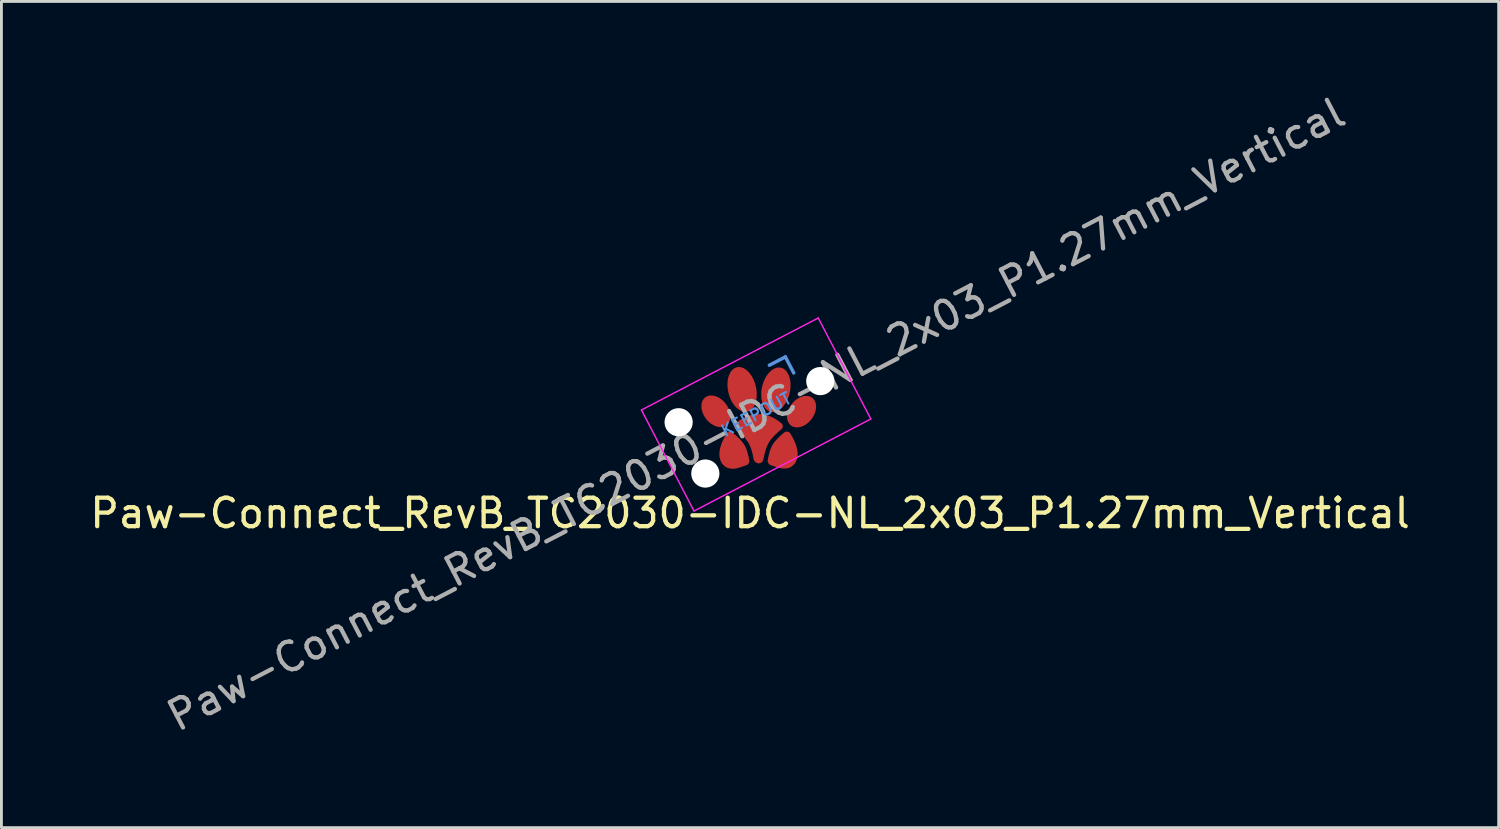
<source format=kicad_pcb>
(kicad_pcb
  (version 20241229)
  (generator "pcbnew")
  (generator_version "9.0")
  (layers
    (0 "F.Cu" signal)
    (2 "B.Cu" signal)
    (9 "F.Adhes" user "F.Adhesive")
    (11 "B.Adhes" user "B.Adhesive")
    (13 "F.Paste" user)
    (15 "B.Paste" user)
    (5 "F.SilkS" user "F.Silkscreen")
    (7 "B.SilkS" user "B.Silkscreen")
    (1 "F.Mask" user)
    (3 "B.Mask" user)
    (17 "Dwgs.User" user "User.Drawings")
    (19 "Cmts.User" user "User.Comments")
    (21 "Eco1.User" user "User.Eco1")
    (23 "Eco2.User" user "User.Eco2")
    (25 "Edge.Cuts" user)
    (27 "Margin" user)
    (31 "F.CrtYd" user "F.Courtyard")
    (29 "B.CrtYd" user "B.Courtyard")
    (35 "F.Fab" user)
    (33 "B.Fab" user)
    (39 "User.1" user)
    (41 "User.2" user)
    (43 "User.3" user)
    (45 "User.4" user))
  (footprint "Paw-Connect_RevB_TC2030-IDC-NL_2x03_P1.27mm_Vertical"
    (layer "F.Cu")
    (at 23.272 11.964)
    (property "Reference" "Paw-Connect_RevB_TC2030-IDC-NL_2x03_P1.27mm_Vertical" (at 0.02 3.01 0) (layer "F.SilkS") (effects (font (size 1 1) (thickness 0.15))))
    (attr exclude_from_pos_files exclude_from_bom)
    (fp_poly (pts (xy -0.356 -2.123) (xy -0.331 -2.121) (xy -0.306 -2.117) (xy -0.281 -2.111) (xy -0.256 -2.103) (xy -0.231 -2.094) (xy -0.206 -2.082) (xy -0.181 -2.069) (xy -0.157 -2.055) (xy -0.133 -2.038) (xy -0.109 -2.02) (xy -0.085 -2.001) (xy -0.062 -1.98) (xy -0.04 -1.958) (xy -0.018 -1.934) (xy 0.004 -1.908) (xy 0.025 -1.882) (xy 0.045 -1.854) (xy 0.065 -1.825) (xy 0.084 -1.794) (xy 0.102 -1.763) (xy 0.12 -1.73) (xy 0.136 -1.696) (xy 0.152 -1.661) (xy 0.167 -1.625) (xy 0.181 -1.588) (xy 0.194 -1.55) (xy 0.205 -1.511) (xy 0.216 -1.472) (xy 0.234 -1.392) (xy 0.246 -1.313) (xy 0.253 -1.236) (xy 0.255 -1.16) (xy 0.253 -1.087) (xy 0.245 -1.016) (xy 0.233 -0.949) (xy 0.216 -0.885) (xy 0.195 -0.825) (xy 0.17 -0.771) (xy 0.141 -0.721) (xy 0.107 -0.676) (xy 0.089 -0.656) (xy 0.07 -0.638) (xy 0.05 -0.621) (xy 0.03 -0.606) (xy 0.008 -0.593) (xy -0.015 -0.581) (xy -0.038 -0.571) (xy -0.062 -0.563) (xy -0.087 -0.557) (xy -0.112 -0.554) (xy -0.137 -0.552) (xy -0.162 -0.552) (xy -0.187 -0.554) (xy -0.212 -0.558) (xy -0.238 -0.564) (xy -0.263 -0.572) (xy -0.288 -0.581) (xy -0.313 -0.593) (xy -0.337 -0.606) (xy -0.362 -0.62) (xy -0.386 -0.637) (xy -0.409 -0.655) (xy -0.433 -0.674) (xy -0.456 -0.695) (xy -0.478 -0.718) (xy -0.501 -0.742) (xy -0.522 -0.767) (xy -0.543 -0.793) (xy -0.563 -0.821) (xy -0.583 -0.851) (xy -0.602 -0.881) (xy -0.62 -0.913) (xy -0.638 -0.945) (xy -0.654 -0.979) (xy -0.67 -1.014) (xy -0.685 -1.05) (xy -0.699 -1.087) (xy -0.712 -1.125) (xy -0.724 -1.164) (xy -0.734 -1.203) (xy -0.752 -1.283) (xy -0.764 -1.362) (xy -0.772 -1.44) (xy -0.774 -1.515) (xy -0.771 -1.589) (xy -0.763 -1.659) (xy -0.751 -1.727) (xy -0.734 -1.79) (xy -0.713 -1.85) (xy -0.688 -1.905) (xy -0.659 -1.955) (xy -0.626 -1.999) (xy -0.607 -2.019) (xy -0.588 -2.037) (xy -0.569 -2.054) (xy -0.548 -2.069) (xy -0.526 -2.083) (xy -0.504 -2.094) (xy -0.48 -2.104) (xy -0.456 -2.112) (xy -0.431 -2.118) (xy -0.406 -2.122) (xy -0.381 -2.123)) (stroke (width 0) (type solid)) (fill yes) (layer "F.Mask"))
    (fp_poly (pts (xy 1.052 -2.107) (xy 1.077 -2.104) (xy 1.102 -2.1) (xy 1.126 -2.094) (xy 1.151 -2.085) (xy 1.174 -2.075) (xy 1.196 -2.063) (xy 1.218 -2.049) (xy 1.239 -2.033) (xy 1.259 -2.016) (xy 1.277 -1.997) (xy 1.295 -1.977) (xy 1.329 -1.931) (xy 1.358 -1.881) (xy 1.383 -1.825) (xy 1.404 -1.765) (xy 1.42 -1.701) (xy 1.432 -1.634) (xy 1.439 -1.563) (xy 1.442 -1.49) (xy 1.44 -1.414) (xy 1.432 -1.337) (xy 1.42 -1.258) (xy 1.402 -1.179) (xy 1.391 -1.139) (xy 1.379 -1.101) (xy 1.366 -1.063) (xy 1.352 -1.026) (xy 1.337 -0.991) (xy 1.321 -0.956) (xy 1.304 -0.923) (xy 1.287 -0.89) (xy 1.268 -0.859) (xy 1.249 -0.829) (xy 1.23 -0.801) (xy 1.209 -0.773) (xy 1.188 -0.747) (xy 1.167 -0.722) (xy 1.144 -0.699) (xy 1.122 -0.677) (xy 1.099 -0.656) (xy 1.075 -0.638) (xy 1.051 -0.62) (xy 1.027 -0.604) (xy 1.003 -0.59) (xy 0.978 -0.578) (xy 0.953 -0.567) (xy 0.928 -0.558) (xy 0.903 -0.551) (xy 0.878 -0.546) (xy 0.853 -0.542) (xy 0.827 -0.54) (xy 0.802 -0.541) (xy 0.777 -0.543) (xy 0.752 -0.548) (xy 0.728 -0.554) (xy 0.703 -0.563) (xy 0.68 -0.573) (xy 0.658 -0.585) (xy 0.636 -0.599) (xy 0.615 -0.615) (xy 0.595 -0.632) (xy 0.576 -0.651) (xy 0.558 -0.671) (xy 0.525 -0.716) (xy 0.496 -0.767) (xy 0.471 -0.822) (xy 0.45 -0.882) (xy 0.434 -0.946) (xy 0.422 -1.014) (xy 0.414 -1.085) (xy 0.412 -1.158) (xy 0.414 -1.234) (xy 0.422 -1.311) (xy 0.434 -1.39) (xy 0.452 -1.469) (xy 0.452 -1.469) (xy 0.463 -1.508) (xy 0.475 -1.547) (xy 0.488 -1.585) (xy 0.502 -1.621) (xy 0.517 -1.657) (xy 0.533 -1.691) (xy 0.55 -1.725) (xy 0.567 -1.757) (xy 0.585 -1.788) (xy 0.605 -1.818) (xy 0.624 -1.847) (xy 0.645 -1.875) (xy 0.666 -1.901) (xy 0.687 -1.926) (xy 0.71 -1.949) (xy 0.732 -1.971) (xy 0.755 -1.991) (xy 0.779 -2.01) (xy 0.803 -2.028) (xy 0.827 -2.043) (xy 0.851 -2.057) (xy 0.876 -2.07) (xy 0.901 -2.081) (xy 0.926 -2.09) (xy 0.951 -2.097) (xy 0.976 -2.102) (xy 1.001 -2.106) (xy 1.027 -2.107)) (stroke (width 0) (type solid)) (fill yes) (layer "F.Mask"))
    (fp_poly (pts (xy -1.33 -1.124) (xy -1.307 -1.122) (xy -1.283 -1.12) (xy -1.259 -1.116) (xy -1.234 -1.11) (xy -1.21 -1.104) (xy -1.185 -1.096) (xy -1.161 -1.087) (xy -1.136 -1.077) (xy -1.112 -1.066) (xy -1.087 -1.053) (xy -1.063 -1.039) (xy -1.039 -1.024) (xy -1.015 -1.008) (xy -0.991 -0.991) (xy -0.968 -0.972) (xy -0.945 -0.953) (xy -0.922 -0.932) (xy -0.9 -0.91) (xy -0.857 -0.863) (xy -0.819 -0.814) (xy -0.786 -0.764) (xy -0.756 -0.713) (xy -0.73 -0.66) (xy -0.709 -0.607) (xy -0.693 -0.554) (xy -0.681 -0.501) (xy -0.673 -0.448) (xy -0.67 -0.397) (xy -0.67 -0.372) (xy -0.672 -0.347) (xy -0.675 -0.322) (xy -0.679 -0.299) (xy -0.684 -0.275) (xy -0.69 -0.253) (xy -0.698 -0.231) (xy -0.706 -0.209) (xy -0.716 -0.189) (xy -0.728 -0.169) (xy -0.74 -0.15) (xy -0.754 -0.132) (xy -0.769 -0.115) (xy -0.785 -0.099) (xy -0.802 -0.085) (xy -0.819 -0.072) (xy -0.838 -0.061) (xy -0.857 -0.05) (xy -0.876 -0.042) (xy -0.897 -0.034) (xy -0.918 -0.028) (xy -0.939 -0.023) (xy -0.961 -0.019) (xy -0.984 -0.017) (xy -1.007 -0.015) (xy -1.03 -0.016) (xy -1.053 -0.017) (xy -1.077 -0.02) (xy -1.101 -0.024) (xy -1.125 -0.029) (xy -1.15 -0.035) (xy -1.174 -0.043) (xy -1.199 -0.052) (xy -1.224 -0.062) (xy -1.248 -0.073) (xy -1.273 -0.086) (xy -1.297 -0.1) (xy -1.321 -0.115) (xy -1.345 -0.131) (xy -1.369 -0.148) (xy -1.392 -0.167) (xy -1.415 -0.187) (xy -1.438 -0.208) (xy -1.46 -0.23) (xy -1.502 -0.276) (xy -1.54 -0.325) (xy -1.574 -0.375) (xy -1.604 -0.427) (xy -1.629 -0.479) (xy -1.65 -0.532) (xy -1.667 -0.586) (xy -1.679 -0.639) (xy -1.687 -0.691) (xy -1.69 -0.743) (xy -1.689 -0.768) (xy -1.688 -0.793) (xy -1.685 -0.817) (xy -1.681 -0.841) (xy -1.676 -0.864) (xy -1.67 -0.887) (xy -1.662 -0.909) (xy -1.653 -0.93) (xy -1.643 -0.951) (xy -1.632 -0.97) (xy -1.62 -0.989) (xy -1.606 -1.007) (xy -1.591 -1.024) (xy -1.575 -1.04) (xy -1.558 -1.054) (xy -1.54 -1.067) (xy -1.522 -1.079) (xy -1.503 -1.089) (xy -1.483 -1.098) (xy -1.463 -1.105) (xy -1.442 -1.112) (xy -1.421 -1.117) (xy -1.399 -1.12) (xy -1.376 -1.123) (xy -1.353 -1.124)) (stroke (width 0) (type solid)) (fill yes) (layer "F.Mask"))
    (fp_poly (pts (xy 2.003 -1.11) (xy 2.026 -1.109) (xy 2.048 -1.107) (xy 2.07 -1.103) (xy 2.092 -1.097) (xy 2.113 -1.091) (xy 2.133 -1.083) (xy 2.153 -1.074) (xy 2.172 -1.064) (xy 2.19 -1.052) (xy 2.208 -1.039) (xy 2.224 -1.025) (xy 2.24 -1.009) (xy 2.255 -0.992) (xy 2.269 -0.974) (xy 2.282 -0.955) (xy 2.293 -0.935) (xy 2.303 -0.914) (xy 2.312 -0.893) (xy 2.319 -0.871) (xy 2.326 -0.848) (xy 2.331 -0.825) (xy 2.335 -0.801) (xy 2.337 -0.776) (xy 2.339 -0.752) (xy 2.339 -0.726) (xy 2.336 -0.675) (xy 2.328 -0.623) (xy 2.316 -0.57) (xy 2.299 -0.517) (xy 2.278 -0.464) (xy 2.253 -0.411) (xy 2.223 -0.36) (xy 2.189 -0.31) (xy 2.151 -0.262) (xy 2.109 -0.215) (xy 2.087 -0.194) (xy 2.064 -0.173) (xy 2.041 -0.153) (xy 2.017 -0.135) (xy 1.994 -0.118) (xy 1.97 -0.102) (xy 1.945 -0.087) (xy 1.921 -0.073) (xy 1.897 -0.061) (xy 1.872 -0.05) (xy 1.847 -0.04) (xy 1.823 -0.031) (xy 1.798 -0.024) (xy 1.774 -0.017) (xy 1.75 -0.012) (xy 1.726 -0.009) (xy 1.702 -0.006) (xy 1.678 -0.005) (xy 1.655 -0.005) (xy 1.632 -0.006) (xy 1.61 -0.009) (xy 1.588 -0.013) (xy 1.566 -0.018) (xy 1.545 -0.024) (xy 1.525 -0.032) (xy 1.505 -0.041) (xy 1.486 -0.051) (xy 1.468 -0.063) (xy 1.45 -0.076) (xy 1.434 -0.091) (xy 1.418 -0.106) (xy 1.403 -0.123) (xy 1.389 -0.141) (xy 1.376 -0.161) (xy 1.365 -0.18) (xy 1.355 -0.201) (xy 1.346 -0.222) (xy 1.339 -0.245) (xy 1.332 -0.267) (xy 1.327 -0.291) (xy 1.323 -0.314) (xy 1.321 -0.339) (xy 1.319 -0.364) (xy 1.319 -0.389) (xy 1.322 -0.44) (xy 1.33 -0.492) (xy 1.342 -0.545) (xy 1.359 -0.599) (xy 1.38 -0.651) (xy 1.405 -0.704) (xy 1.435 -0.755) (xy 1.469 -0.805) (xy 1.507 -0.854) (xy 1.549 -0.9) (xy 1.571 -0.922) (xy 1.594 -0.942) (xy 1.617 -0.962) (xy 1.641 -0.98) (xy 1.664 -0.998) (xy 1.688 -1.014) (xy 1.713 -1.028) (xy 1.737 -1.042) (xy 1.761 -1.054) (xy 1.786 -1.066) (xy 1.811 -1.075) (xy 1.835 -1.084) (xy 1.86 -1.092) (xy 1.884 -1.098) (xy 1.908 -1.103) (xy 1.932 -1.107) (xy 1.956 -1.109) (xy 1.98 -1.11)) (stroke (width 0) (type solid)) (fill yes) (layer "F.Mask"))
    (fp_line (start 0.697 -2.187) (end 1.26 -2.48) (stroke (width 0.12) (type solid)) (layer "Cmts.User"))
    (fp_line (start 1.26 -2.48) (end 1.553 -1.917) (stroke (width 0.12) (type solid)) (layer "Cmts.User"))
    (fp_line (start -3.795 -0.615) (end 2.414 -3.847) (stroke (width 0.05) (type solid)) (layer "F.CrtYd"))
    (fp_line (start -1.948 2.933) (end -3.795 -0.615) (stroke (width 0.05) (type solid)) (layer "F.CrtYd"))
    (fp_line (start 2.414 -3.847) (end 4.261 -0.299) (stroke (width 0.05) (type solid)) (layer "F.CrtYd"))
    (fp_line (start 4.261 -0.299) (end -1.948 2.933) (stroke (width 0.05) (type solid)) (layer "F.CrtYd"))
    (fp_text user "KEEPOUT" (at 0.233 -0.457 207.5) (layer "Cmts.User") (effects (font (size 0.4 0.4) (thickness 0.07))))
    (fp_text user "${REFERENCE}" (at 0.233 -0.457 207.5) (layer "F.Fab") (effects (font (size 1 1) (thickness 0.15))))
    (pad "" np_thru_hole circle (at -2.489 -0.185 207.5) (size 0.991 0.991) (drill 0.991) (layers "*.Cu" "*.Mask"))
    (pad "" np_thru_hole circle (at -1.551 1.617 207.5) (size 0.991 0.991) (drill 0.991) (layers "*.Cu" "*.Mask"))
    (pad "" np_thru_hole circle (at 2.486 -1.63 207.5) (size 0.991 0.991) (drill 0.991) (layers "*.Cu" "*.Mask"))
    (pad "1" connect custom (at 0.93 -1.28 207.5) (size 0.787 0.787) (layers "F.Cu" "F.Mask") (options (anchor circle)) (primitives (gr_poly (pts (xy -0.49 0.677) (xy -0.511 0.664) (xy -0.531 0.648) (xy -0.55 0.631) (xy -0.567 0.612) (xy -0.583 0.592) (xy -0.598 0.571) (xy -0.61 0.549) (xy -0.622 0.525) (xy -0.631 0.501) (xy -0.639 0.475) (xy -0.646 0.449) (xy -0.654 0.394) (xy -0.657 0.336) (xy -0.654 0.275) (xy -0.644 0.212) (xy -0.629 0.147) (xy -0.609 0.082) (xy -0.583 0.016) (xy -0.551 -0.05) (xy -0.514 -0.116) (xy -0.472 -0.182) (xy -0.424 -0.246) (xy -0.372 -0.308) (xy -0.344 -0.338) (xy -0.315 -0.366) (xy -0.286 -0.394) (xy -0.257 -0.42) (xy -0.227 -0.444) (xy -0.197 -0.468) (xy -0.167 -0.49) (xy -0.137 -0.51) (xy -0.106 -0.53) (xy -0.075 -0.547) (xy -0.044 -0.564) (xy -0.014 -0.579) (xy 0.017 -0.592) (xy 0.048 -0.604) (xy 0.078 -0.615) (xy 0.108 -0.623) (xy 0.138 -0.631) (xy 0.168 -0.637) (xy 0.197 -0.641) (xy 0.226 -0.644) (xy 0.254 -0.645) (xy 0.282 -0.645) (xy 0.309 -0.643) (xy 0.335 -0.639) (xy 0.361 -0.634) (xy 0.385 -0.627) (xy 0.409 -0.619) (xy 0.433 -0.609) (xy 0.455 -0.597) (xy 0.476 -0.583) (xy 0.496 -0.568) (xy 0.515 -0.55) (xy 0.532 -0.532) (xy 0.548 -0.512) (xy 0.562 -0.491) (xy 0.575 -0.468) (xy 0.586 -0.445) (xy 0.596 -0.42) (xy 0.604 -0.395) (xy 0.611 -0.369) (xy 0.619 -0.313) (xy 0.622 -0.255) (xy 0.618 -0.194) (xy 0.609 -0.131) (xy 0.594 -0.067) (xy 0.574 -0.001) (xy 0.547 0.065) (xy 0.516 0.131) (xy 0.479 0.197) (xy 0.437 0.262) (xy 0.389 0.326) (xy 0.337 0.388) (xy 0.337 0.388) (xy 0.309 0.418) (xy 0.28 0.447) (xy 0.251 0.474) (xy 0.222 0.5) (xy 0.192 0.525) (xy 0.162 0.548) (xy 0.132 0.57) (xy 0.101 0.591) (xy 0.071 0.61) (xy 0.04 0.628) (xy 0.009 0.644) (xy -0.022 0.659) (xy -0.052 0.673) (xy -0.083 0.685) (xy -0.113 0.695) (xy -0.144 0.704) (xy -0.173 0.712) (xy -0.203 0.717) (xy -0.232 0.722) (xy -0.261 0.725) (xy -0.289 0.726) (xy -0.317 0.726) (xy -0.344 0.724) (xy -0.37 0.72) (xy -0.396 0.715) (xy -0.421 0.708) (xy -0.445 0.699) (xy -0.468 0.689)) (width 0) (fill yes))))
    (pad "2" connect custom (at 1.82 -0.56 207.5) (size 0.787 0.787) (layers "F.Cu" "F.Mask") (options (anchor circle)) (primitives (gr_poly (pts (xy -0.416 0.404) (xy -0.436 0.392) (xy -0.455 0.379) (xy -0.473 0.366) (xy -0.489 0.351) (xy -0.505 0.336) (xy -0.519 0.32) (xy -0.533 0.302) (xy -0.545 0.284) (xy -0.555 0.266) (xy -0.565 0.246) (xy -0.573 0.225) (xy -0.58 0.204) (xy -0.585 0.182) (xy -0.589 0.16) (xy -0.592 0.137) (xy -0.593 0.114) (xy -0.592 0.091) (xy -0.59 0.068) (xy -0.586 0.045) (xy -0.581 0.022) (xy -0.575 -0.001) (xy -0.568 -0.024) (xy -0.559 -0.047) (xy -0.549 -0.07) (xy -0.537 -0.092) (xy -0.511 -0.136) (xy -0.48 -0.179) (xy -0.445 -0.22) (xy -0.405 -0.26) (xy -0.362 -0.297) (xy -0.315 -0.332) (xy -0.265 -0.364) (xy -0.212 -0.392) (xy -0.156 -0.418) (xy -0.097 -0.439) (xy -0.067 -0.448) (xy -0.038 -0.456) (xy -0.008 -0.463) (xy 0.021 -0.468) (xy 0.05 -0.473) (xy 0.079 -0.476) (xy 0.107 -0.478) (xy 0.135 -0.478) (xy 0.163 -0.478) (xy 0.189 -0.477) (xy 0.216 -0.474) (xy 0.242 -0.471) (xy 0.267 -0.466) (xy 0.291 -0.46) (xy 0.315 -0.453) (xy 0.338 -0.446) (xy 0.361 -0.437) (xy 0.382 -0.427) (xy 0.403 -0.416) (xy 0.422 -0.405) (xy 0.441 -0.392) (xy 0.459 -0.378) (xy 0.475 -0.364) (xy 0.491 -0.348) (xy 0.506 -0.332) (xy 0.519 -0.315) (xy 0.531 -0.297) (xy 0.542 -0.278) (xy 0.551 -0.258) (xy 0.559 -0.238) (xy 0.566 -0.217) (xy 0.572 -0.195) (xy 0.576 -0.172) (xy 0.578 -0.15) (xy 0.579 -0.127) (xy 0.578 -0.104) (xy 0.576 -0.081) (xy 0.573 -0.058) (xy 0.568 -0.034) (xy 0.561 -0.011) (xy 0.554 0.011) (xy 0.545 0.034) (xy 0.535 0.057) (xy 0.523 0.079) (xy 0.497 0.124) (xy 0.466 0.167) (xy 0.431 0.208) (xy 0.392 0.247) (xy 0.348 0.284) (xy 0.302 0.319) (xy 0.251 0.351) (xy 0.198 0.38) (xy 0.142 0.405) (xy 0.083 0.427) (xy 0.054 0.436) (xy 0.024 0.444) (xy -0.006 0.45) (xy -0.035 0.456) (xy -0.064 0.46) (xy -0.093 0.463) (xy -0.121 0.465) (xy -0.149 0.466) (xy -0.176 0.466) (xy -0.203 0.464) (xy -0.23 0.462) (xy -0.255 0.458) (xy -0.281 0.453) (xy -0.305 0.448) (xy -0.329 0.441) (xy -0.352 0.433) (xy -0.374 0.424) (xy -0.396 0.414)) (width 0) (fill yes))))
    (pad "3" connect custom (at -0.27 -1.3 207.5) (size 0.787 0.787) (layers "F.Cu" "F.Mask") (options (anchor circle)) (primitives (gr_poly (pts (xy -0.304 0.77) (xy -0.325 0.757) (xy -0.345 0.741) (xy -0.365 0.724) (xy -0.384 0.706) (xy -0.402 0.686) (xy -0.418 0.664) (xy -0.434 0.641) (xy -0.449 0.617) (xy -0.463 0.592) (xy -0.476 0.565) (xy -0.487 0.537) (xy -0.498 0.507) (xy -0.508 0.477) (xy -0.516 0.446) (xy -0.524 0.413) (xy -0.53 0.38) (xy -0.535 0.346) (xy -0.539 0.311) (xy -0.542 0.275) (xy -0.544 0.239) (xy -0.544 0.201) (xy -0.543 0.164) (xy -0.541 0.125) (xy -0.538 0.087) (xy -0.533 0.048) (xy -0.527 0.008) (xy -0.519 -0.032) (xy -0.511 -0.072) (xy -0.489 -0.151) (xy -0.464 -0.227) (xy -0.434 -0.299) (xy -0.401 -0.367) (xy -0.365 -0.431) (xy -0.326 -0.49) (xy -0.284 -0.544) (xy -0.24 -0.593) (xy -0.193 -0.636) (xy -0.146 -0.673) (xy -0.097 -0.703) (xy -0.047 -0.727) (xy -0.021 -0.737) (xy 0.004 -0.744) (xy 0.029 -0.75) (xy 0.055 -0.754) (xy 0.08 -0.756) (xy 0.106 -0.756) (xy 0.131 -0.754) (xy 0.156 -0.749) (xy 0.181 -0.743) (xy 0.204 -0.735) (xy 0.227 -0.725) (xy 0.25 -0.713) (xy 0.271 -0.7) (xy 0.291 -0.685) (xy 0.311 -0.668) (xy 0.33 -0.649) (xy 0.347 -0.629) (xy 0.364 -0.608) (xy 0.38 -0.585) (xy 0.395 -0.56) (xy 0.409 -0.535) (xy 0.422 -0.508) (xy 0.433 -0.48) (xy 0.444 -0.451) (xy 0.454 -0.42) (xy 0.462 -0.389) (xy 0.47 -0.357) (xy 0.476 -0.323) (xy 0.481 -0.289) (xy 0.485 -0.254) (xy 0.488 -0.218) (xy 0.49 -0.182) (xy 0.49 -0.145) (xy 0.489 -0.107) (xy 0.487 -0.069) (xy 0.484 -0.03) (xy 0.479 0.009) (xy 0.473 0.049) (xy 0.465 0.089) (xy 0.456 0.129) (xy 0.435 0.208) (xy 0.41 0.283) (xy 0.38 0.356) (xy 0.347 0.424) (xy 0.311 0.487) (xy 0.272 0.546) (xy 0.23 0.601) (xy 0.186 0.649) (xy 0.139 0.692) (xy 0.092 0.729) (xy 0.043 0.76) (xy -0.007 0.784) (xy -0.033 0.793) (xy -0.058 0.801) (xy -0.083 0.807) (xy -0.109 0.811) (xy -0.134 0.812) (xy -0.16 0.812) (xy -0.185 0.81) (xy -0.21 0.806) (xy -0.235 0.8) (xy -0.258 0.792) (xy -0.281 0.782)) (width 0) (fill yes))))
    (pad "4" connect custom (at 0.32 1.09 207.5) (size 0.2 0.2) (layers "F.Cu" "F.Mask") (options (anchor circle)) (primitives (gr_poly (pts (xy -0.755 1.362) (xy -0.791 1.342) (xy -0.825 1.321) (xy -0.854 1.301) (xy -0.89 1.274) (xy -0.924 1.245) (xy -0.958 1.215) (xy -0.99 1.183) (xy -1.022 1.15) (xy -1.052 1.116) (xy -1.08 1.081) (xy -1.108 1.045) (xy -1.134 1.007) (xy -1.159 0.969) (xy -1.183 0.929) (xy -1.206 0.889) (xy -1.227 0.848) (xy -1.247 0.806) (xy -1.266 0.764) (xy -1.284 0.721) (xy -1.287 0.713) (xy -1.289 0.706) (xy -1.291 0.698) (xy -1.292 0.691) (xy -1.293 0.683) (xy -1.293 0.676) (xy -1.293 0.668) (xy -1.293 0.661) (xy -1.292 0.654) (xy -1.291 0.647) (xy -1.289 0.64) (xy -1.287 0.633) (xy -1.285 0.626) (xy -1.282 0.62) (xy -1.279 0.614) (xy -1.275 0.607) (xy -1.271 0.601) (xy -1.267 0.596) (xy -1.263 0.59) (xy -1.258 0.585) (xy -1.253 0.58) (xy -1.247 0.575) (xy -1.241 0.57) (xy -1.235 0.566) (xy -1.229 0.562) (xy -1.223 0.558) (xy -1.216 0.554) (xy -1.209 0.551) (xy -1.201 0.548) (xy -1.194 0.546) (xy -1.186 0.543) (xy -1.178 0.542) (xy -1.14 0.533) (xy -1.101 0.524) (xy -1.062 0.515) (xy -1.024 0.505) (xy -0.986 0.495) (xy -0.947 0.484) (xy -0.909 0.473) (xy -0.871 0.461) (xy -0.838 0.45) (xy -0.801 0.436) (xy -0.762 0.421) (xy -0.723 0.405) (xy -0.683 0.388) (xy -0.646 0.37) (xy -0.628 0.361) (xy -0.611 0.352) (xy -0.596 0.343) (xy -0.581 0.334) (xy -0.549 0.313) (xy -0.518 0.291) (xy -0.488 0.268) (xy -0.458 0.244) (xy -0.429 0.219) (xy -0.401 0.193) (xy -0.373 0.167) (xy -0.345 0.139) (xy -0.292 0.083) (xy -0.241 0.024) (xy -0.191 -0.036) (xy -0.142 -0.097) (xy -0.137 -0.104) (xy -0.132 -0.11) (xy -0.126 -0.115) (xy -0.121 -0.121) (xy -0.115 -0.126) (xy -0.109 -0.131) (xy -0.102 -0.136) (xy -0.096 -0.14) (xy -0.089 -0.144) (xy -0.083 -0.148) (xy -0.076 -0.152) (xy -0.069 -0.155) (xy -0.062 -0.158) (xy -0.055 -0.16) (xy -0.048 -0.163) (xy -0.041 -0.165) (xy -0.034 -0.166) (xy -0.027 -0.168) (xy -0.02 -0.169) (xy -0.013 -0.17) (xy -0.005 -0.17) (xy 0.002 -0.17) (xy 0.009 -0.17) (xy 0.016 -0.17) (xy 0.023 -0.169) (xy 0.03 -0.168) (xy 0.037 -0.166) (xy 0.043 -0.165) (xy 0.05 -0.163) (xy 0.057 -0.16) (xy 0.063 -0.157) (xy 0.069 -0.154) (xy 0.076 -0.15) (xy 0.083 -0.146) (xy 0.09 -0.141) (xy 0.097 -0.136) (xy 0.103 -0.131) (xy 0.109 -0.126) (xy 0.115 -0.12) (xy 0.12 -0.115) (xy 0.126 -0.109) (xy 0.131 -0.103) (xy 0.136 -0.096) (xy 0.14 -0.09) (xy 0.145 -0.083) (xy 0.149 -0.076) (xy 0.152 -0.069) (xy 0.156 -0.062) (xy 0.159 -0.054) (xy 0.162 -0.047) (xy 0.164 -0.039) (xy 0.166 -0.032) (xy 0.168 -0.024) (xy 0.17 -0.016) (xy 0.171 -0.009) (xy 0.172 -0.001) (xy 0.172 0.007) (xy 0.172 0.015) (xy 0.172 0.023) (xy 0.171 0.031) (xy 0.17 0.039) (xy 0.169 0.047) (xy 0.167 0.055) (xy 0.165 0.063) (xy 0.144 0.133) (xy 0.124 0.203) (xy 0.106 0.274) (xy 0.09 0.345) (xy 0.084 0.381) (xy 0.078 0.416) (xy 0.072 0.452) (xy 0.068 0.488) (xy 0.065 0.524) (xy 0.062 0.559) (xy 0.061 0.595) (xy 0.061 0.631) (xy 0.062 0.648) (xy 0.063 0.666) (xy 0.064 0.685) (xy 0.066 0.705) (xy 0.072 0.746) (xy 0.079 0.788) (xy 0.086 0.83) (xy 0.095 0.871) (xy 0.104 0.909) (xy 0.113 0.943) (xy 0.126 0.985) (xy 0.14 1.028) (xy 0.154 1.07) (xy 0.169 1.112) (xy 0.185 1.153) (xy 0.201 1.194) (xy 0.218 1.235) (xy 0.235 1.276) (xy 0.238 1.284) (xy 0.241 1.291) (xy 0.243 1.299) (xy 0.245 1.306) (xy 0.247 1.314) (xy 0.248 1.322) (xy 0.248 1.329) (xy 0.249 1.337) (xy 0.248 1.344) (xy 0.248 1.352) (xy 0.247 1.359) (xy 0.246 1.366) (xy 0.244 1.373) (xy 0.242 1.38) (xy 0.24 1.387) (xy 0.237 1.393) (xy 0.234 1.4) (xy 0.231 1.406) (xy 0.227 1.412) (xy 0.223 1.418) (xy 0.219 1.424) (xy 0.214 1.429) (xy 0.209 1.434) (xy 0.204 1.439) (xy 0.198 1.444) (xy 0.192 1.448) (xy 0.186 1.452) (xy 0.179 1.455) (xy 0.172 1.459) (xy 0.165 1.462) (xy 0.157 1.464) (xy 0.15 1.466) (xy 0.104 1.477) (xy 0.059 1.486) (xy 0.013 1.493) (xy -0.033 1.5) (xy -0.079 1.504) (xy -0.125 1.507) (xy -0.171 1.509) (xy -0.217 1.508) (xy -0.262 1.507) (xy -0.308 1.503) (xy -0.353 1.498) (xy -0.398 1.492) (xy -0.442 1.483) (xy -0.486 1.473) (xy -0.53 1.461) (xy -0.573 1.447) (xy -0.606 1.435) (xy -0.642 1.419) (xy -0.679 1.402) (xy -0.718 1.383)) (width 0) (fill yes))))
    (pad "5" connect custom (at -1.18 -0.58 207.5) (size 0.787 0.787) (layers "F.Cu" "F.Mask") (options (anchor circle)) (primitives (gr_poly (pts (xy -0.118 0.552) (xy -0.138 0.539) (xy -0.158 0.526) (xy -0.178 0.511) (xy -0.197 0.496) (xy -0.215 0.479) (xy -0.234 0.46) (xy -0.251 0.441) (xy -0.268 0.421) (xy -0.285 0.399) (xy -0.301 0.377) (xy -0.316 0.354) (xy -0.331 0.329) (xy -0.344 0.304) (xy -0.357 0.277) (xy -0.37 0.25) (xy -0.381 0.222) (xy -0.391 0.193) (xy -0.401 0.163) (xy -0.417 0.102) (xy -0.428 0.042) (xy -0.435 -0.019) (xy -0.437 -0.078) (xy -0.436 -0.137) (xy -0.43 -0.194) (xy -0.42 -0.248) (xy -0.406 -0.301) (xy -0.389 -0.351) (xy -0.368 -0.398) (xy -0.356 -0.42) (xy -0.343 -0.441) (xy -0.329 -0.462) (xy -0.315 -0.481) (xy -0.3 -0.499) (xy -0.284 -0.517) (xy -0.267 -0.533) (xy -0.249 -0.548) (xy -0.231 -0.561) (xy -0.211 -0.573) (xy -0.191 -0.584) (xy -0.171 -0.594) (xy -0.15 -0.602) (xy -0.128 -0.609) (xy -0.107 -0.614) (xy -0.085 -0.617) (xy -0.064 -0.619) (xy -0.042 -0.619) (xy -0.021 -0.618) (xy 0.001 -0.615) (xy 0.022 -0.611) (xy 0.044 -0.606) (xy 0.065 -0.599) (xy 0.086 -0.59) (xy 0.107 -0.581) (xy 0.127 -0.57) (xy 0.148 -0.558) (xy 0.167 -0.544) (xy 0.187 -0.53) (xy 0.206 -0.514) (xy 0.225 -0.497) (xy 0.243 -0.479) (xy 0.261 -0.46) (xy 0.278 -0.439) (xy 0.294 -0.418) (xy 0.31 -0.395) (xy 0.325 -0.372) (xy 0.34 -0.347) (xy 0.354 -0.322) (xy 0.367 -0.296) (xy 0.379 -0.268) (xy 0.39 -0.24) (xy 0.401 -0.211) (xy 0.41 -0.181) (xy 0.426 -0.121) (xy 0.437 -0.06) (xy 0.444 0.000343) (xy 0.447 0.06) (xy 0.445 0.118) (xy 0.439 0.175) (xy 0.429 0.23) (xy 0.416 0.283) (xy 0.398 0.333) (xy 0.377 0.38) (xy 0.365 0.402) (xy 0.352 0.423) (xy 0.339 0.443) (xy 0.324 0.463) (xy 0.309 0.481) (xy 0.293 0.498) (xy 0.276 0.514) (xy 0.258 0.529) (xy 0.24 0.543) (xy 0.221 0.555) (xy 0.201 0.566) (xy 0.18 0.576) (xy 0.159 0.584) (xy 0.138 0.59) (xy 0.116 0.595) (xy 0.095 0.598) (xy 0.073 0.6) (xy 0.052 0.601) (xy 0.03 0.599) (xy 0.009 0.597) (xy -0.013 0.593) (xy -0.034 0.587) (xy -0.056 0.58) (xy -0.077 0.572) (xy -0.097 0.562)) (width 0) (fill yes))))
    (pad "6" connect custom (at -0.56 0.89) (size 0.5 0.5) (layers "F.Cu" "F.Mask") (options (anchor circle)) (primitives (gr_poly (pts (xy -0.116 -0.739) (xy -0.109 -0.739) (xy -0.102 -0.738) (xy -0.095 -0.737) (xy -0.087 -0.735) (xy -0.08 -0.733) (xy -0.073 -0.731) (xy -0.066 -0.728) (xy -0.06 -0.725) (xy -0.053 -0.721) (xy -0.046 -0.718) (xy -0.04 -0.713) (xy -0.034 -0.709) (xy -0.034 -0.709) (xy -0.034 -0.709) (xy -0.034 -0.709) (xy -0.034 -0.709) (xy -0.034 -0.709) (xy -0.034 -0.709) (xy -0.034 -0.709) (xy -0.034 -0.709) (xy -0.034 -0.709) (xy -0.034 -0.709) (xy -0.034 -0.709) (xy -0.034 -0.709) (xy -0.034 -0.709) (xy -0.034 -0.709) (xy -0.034 -0.709) (xy -0.034 -0.709) (xy -0.034 -0.709) (xy -0.034 -0.709) (xy -0.034 -0.709) (xy -0.001 -0.682) (xy 0.031 -0.655) (xy 0.064 -0.628) (xy 0.095 -0.6) (xy 0.127 -0.572) (xy 0.157 -0.543) (xy 0.188 -0.513) (xy 0.218 -0.483) (xy 0.241 -0.459) (xy 0.265 -0.431) (xy 0.291 -0.4) (xy 0.317 -0.368) (xy 0.342 -0.335) (xy 0.353 -0.318) (xy 0.364 -0.302) (xy 0.375 -0.286) (xy 0.385 -0.27) (xy 0.394 -0.255) (xy 0.402 -0.24) (xy 0.416 -0.212) (xy 0.429 -0.183) (xy 0.441 -0.154) (xy 0.453 -0.124) (xy 0.464 -0.094) (xy 0.474 -0.064) (xy 0.493 -0.003) (xy 0.509 0.06) (xy 0.524 0.123) (xy 0.538 0.186) (xy 0.55 0.25) (xy 0.552 0.258) (xy 0.553 0.266) (xy 0.553 0.273) (xy 0.554 0.281) (xy 0.553 0.289) (xy 0.553 0.297) (xy 0.552 0.304) (xy 0.551 0.312) (xy 0.549 0.319) (xy 0.547 0.327) (xy 0.545 0.334) (xy 0.542 0.341) (xy 0.54 0.348) (xy 0.536 0.355) (xy 0.529 0.368) (xy 0.521 0.38) (xy 0.512 0.391) (xy 0.501 0.402) (xy 0.49 0.412) (xy 0.484 0.416) (xy 0.478 0.421) (xy 0.472 0.425) (xy 0.465 0.428) (xy 0.458 0.432) (xy 0.452 0.435) (xy 0.445 0.437) (xy 0.437 0.44) (xy 0.39 0.455) (xy 0.342 0.471) (xy 0.247 0.503) (xy 0.199 0.518) (xy 0.151 0.531) (xy 0.127 0.537) (xy 0.103 0.543) (xy 0.079 0.548) (xy 0.054 0.552) (xy 0.039 0.554) (xy 0.023 0.556) (xy 0.006 0.557) (xy -0.012 0.557) (xy -0.03 0.558) (xy -0.049 0.557) (xy -0.068 0.556) (xy -0.087 0.554) (xy -0.106 0.552) (xy -0.125 0.55) (xy -0.144 0.546) (xy -0.162 0.542) (xy -0.18 0.538) (xy -0.196 0.533) (xy -0.212 0.527) (xy -0.226 0.521) (xy -0.239 0.515) (xy -0.251 0.508) (xy -0.263 0.501) (xy -0.274 0.494) (xy -0.286 0.487) (xy -0.297 0.479) (xy -0.308 0.47) (xy -0.319 0.462) (xy -0.33 0.453) (xy -0.34 0.444) (xy -0.35 0.434) (xy -0.36 0.424) (xy -0.37 0.414) (xy -0.38 0.404) (xy -0.389 0.393) (xy -0.398 0.382) (xy -0.407 0.369) (xy -0.417 0.354) (xy -0.426 0.338) (xy -0.434 0.321) (xy -0.443 0.303) (xy -0.451 0.284) (xy -0.458 0.265) (xy -0.465 0.245) (xy -0.472 0.225) (xy -0.477 0.205) (xy -0.483 0.185) (xy -0.487 0.165) (xy -0.491 0.146) (xy -0.494 0.128) (xy -0.496 0.11) (xy -0.497 0.093) (xy -0.498 0.062) (xy -0.498 0.03) (xy -0.496 -0.001) (xy -0.494 -0.032) (xy -0.49 -0.064) (xy -0.485 -0.095) (xy -0.479 -0.126) (xy -0.473 -0.157) (xy -0.465 -0.188) (xy -0.457 -0.218) (xy -0.447 -0.249) (xy -0.438 -0.279) (xy -0.416 -0.339) (xy -0.392 -0.397) (xy -0.378 -0.428) (xy -0.361 -0.463) (xy -0.343 -0.499) (xy -0.324 -0.536) (xy -0.304 -0.573) (xy -0.284 -0.608) (xy -0.265 -0.641) (xy -0.247 -0.67) (xy -0.245 -0.672) (xy -0.244 -0.674) (xy -0.243 -0.674) (xy -0.243 -0.675) (xy -0.238 -0.682) (xy -0.234 -0.688) (xy -0.229 -0.693) (xy -0.223 -0.699) (xy -0.218 -0.704) (xy -0.212 -0.709) (xy -0.206 -0.713) (xy -0.2 -0.717) (xy -0.193 -0.721) (xy -0.187 -0.725) (xy -0.18 -0.728) (xy -0.173 -0.73) (xy -0.167 -0.733) (xy -0.16 -0.735) (xy -0.152 -0.737) (xy -0.145 -0.738) (xy -0.138 -0.739) (xy -0.131 -0.739) (xy -0.124 -0.74)) (width 0) (fill yes))))
    (pad "7" connect custom (at 1.2 0.89) (size 0.5 0.5) (layers "F.Cu" "F.Mask") (options (anchor circle)) (primitives (gr_poly (pts (xy 0.118 -0.747) (xy 0.125 -0.747) (xy 0.132 -0.746) (xy 0.139 -0.745) (xy 0.146 -0.743) (xy 0.153 -0.741) (xy 0.16 -0.739) (xy 0.167 -0.736) (xy 0.174 -0.733) (xy 0.18 -0.73) (xy 0.187 -0.726) (xy 0.193 -0.722) (xy 0.199 -0.717) (xy 0.205 -0.713) (xy 0.21 -0.708) (xy 0.216 -0.702) (xy 0.221 -0.696) (xy 0.226 -0.69) (xy 0.23 -0.684) (xy 0.231 -0.683) (xy 0.231 -0.682) (xy 0.232 -0.681) (xy 0.234 -0.678) (xy 0.252 -0.65) (xy 0.272 -0.617) (xy 0.292 -0.582) (xy 0.312 -0.546) (xy 0.332 -0.509) (xy 0.35 -0.473) (xy 0.367 -0.438) (xy 0.381 -0.407) (xy 0.405 -0.349) (xy 0.427 -0.289) (xy 0.438 -0.259) (xy 0.447 -0.229) (xy 0.456 -0.198) (xy 0.463 -0.167) (xy 0.47 -0.136) (xy 0.476 -0.105) (xy 0.481 -0.074) (xy 0.485 -0.043) (xy 0.488 -0.012) (xy 0.49 0.02) (xy 0.49 0.051) (xy 0.49 0.082) (xy 0.488 0.099) (xy 0.486 0.117) (xy 0.484 0.136) (xy 0.48 0.155) (xy 0.476 0.175) (xy 0.471 0.195) (xy 0.465 0.215) (xy 0.459 0.235) (xy 0.452 0.255) (xy 0.444 0.274) (xy 0.437 0.293) (xy 0.428 0.311) (xy 0.42 0.328) (xy 0.411 0.344) (xy 0.401 0.359) (xy 0.392 0.372) (xy 0.383 0.383) (xy 0.374 0.394) (xy 0.365 0.404) (xy 0.355 0.415) (xy 0.345 0.424) (xy 0.335 0.434) (xy 0.325 0.443) (xy 0.314 0.452) (xy 0.303 0.461) (xy 0.292 0.469) (xy 0.281 0.477) (xy 0.269 0.485) (xy 0.258 0.492) (xy 0.246 0.499) (xy 0.234 0.506) (xy 0.222 0.512) (xy 0.207 0.519) (xy 0.192 0.525) (xy 0.175 0.53) (xy 0.158 0.534) (xy 0.14 0.538) (xy 0.121 0.542) (xy 0.102 0.545) (xy 0.083 0.547) (xy 0.064 0.549) (xy 0.044 0.55) (xy 0.026 0.55) (xy 0.007 0.551) (xy -0.011 0.55) (xy -0.028 0.549) (xy -0.044 0.548) (xy -0.059 0.546) (xy -0.083 0.542) (xy -0.107 0.537) (xy -0.132 0.531) (xy -0.156 0.525) (xy -0.204 0.512) (xy -0.252 0.498) (xy -0.347 0.467) (xy -0.395 0.451) (xy -0.443 0.436) (xy -0.45 0.434) (xy -0.457 0.431) (xy -0.464 0.428) (xy -0.47 0.425) (xy -0.477 0.421) (xy -0.483 0.417) (xy -0.49 0.413) (xy -0.495 0.409) (xy -0.501 0.404) (xy -0.507 0.399) (xy -0.517 0.389) (xy -0.527 0.377) (xy -0.535 0.365) (xy -0.542 0.352) (xy -0.545 0.345) (xy -0.548 0.338) (xy -0.551 0.331) (xy -0.553 0.324) (xy -0.555 0.317) (xy -0.557 0.309) (xy -0.558 0.302) (xy -0.559 0.294) (xy -0.56 0.286) (xy -0.56 0.279) (xy -0.56 0.271) (xy -0.559 0.263) (xy -0.558 0.255) (xy -0.557 0.247) (xy -0.545 0.183) (xy -0.532 0.12) (xy -0.517 0.057) (xy -0.501 -0.006) (xy -0.483 -0.067) (xy -0.473 -0.098) (xy -0.462 -0.128) (xy -0.45 -0.157) (xy -0.438 -0.187) (xy -0.425 -0.216) (xy -0.411 -0.244) (xy -0.404 -0.259) (xy -0.395 -0.274) (xy -0.385 -0.29) (xy -0.375 -0.306) (xy -0.364 -0.322) (xy -0.352 -0.339) (xy -0.327 -0.372) (xy -0.302 -0.404) (xy -0.277 -0.435) (xy -0.252 -0.464) (xy -0.229 -0.488) (xy -0.199 -0.519) (xy -0.169 -0.548) (xy -0.139 -0.578) (xy -0.108 -0.606) (xy -0.076 -0.634) (xy -0.044 -0.662) (xy -0.012 -0.689) (xy 0.021 -0.716) (xy 0.021 -0.716) (xy 0.021 -0.716) (xy 0.021 -0.716) (xy 0.021 -0.716) (xy 0.021 -0.716) (xy 0.021 -0.716) (xy 0.021 -0.716) (xy 0.021 -0.716) (xy 0.021 -0.716) (xy 0.021 -0.716) (xy 0.021 -0.716) (xy 0.021 -0.716) (xy 0.021 -0.716) (xy 0.021 -0.716) (xy 0.021 -0.716) (xy 0.021 -0.716) (xy 0.021 -0.716) (xy 0.021 -0.716) (xy 0.021 -0.716) (xy 0.021 -0.716) (xy 0.027 -0.72) (xy 0.033 -0.725) (xy 0.04 -0.729) (xy 0.047 -0.732) (xy 0.053 -0.735) (xy 0.06 -0.738) (xy 0.067 -0.741) (xy 0.074 -0.743) (xy 0.081 -0.744) (xy 0.089 -0.746) (xy 0.096 -0.747) (xy 0.103 -0.747) (xy 0.11 -0.747)) (width 0) (fill yes))))
    (zone (net_name "") (layer "F.Cu") (hatch full 0.508) (connect_pads) (min_thickness 0.254) (filled_areas_thickness no) (keepout (tracks allowed) (vias not_allowed) (pads allowed) (copperpour not_allowed) (footprints not_allowed)) (placement (enabled no)) (fill) (polygon (pts (xy 22.672 12.657) (xy 24.925 11.484) (xy 24.338 10.358) (xy 22.085 11.53)))))
  (gr_rect
    (start -3 -3)
    (end 49.583 26.015)
    (stroke (width 0.1) (type default))
    (fill no)
    (layer "Edge.Cuts")))
</source>
